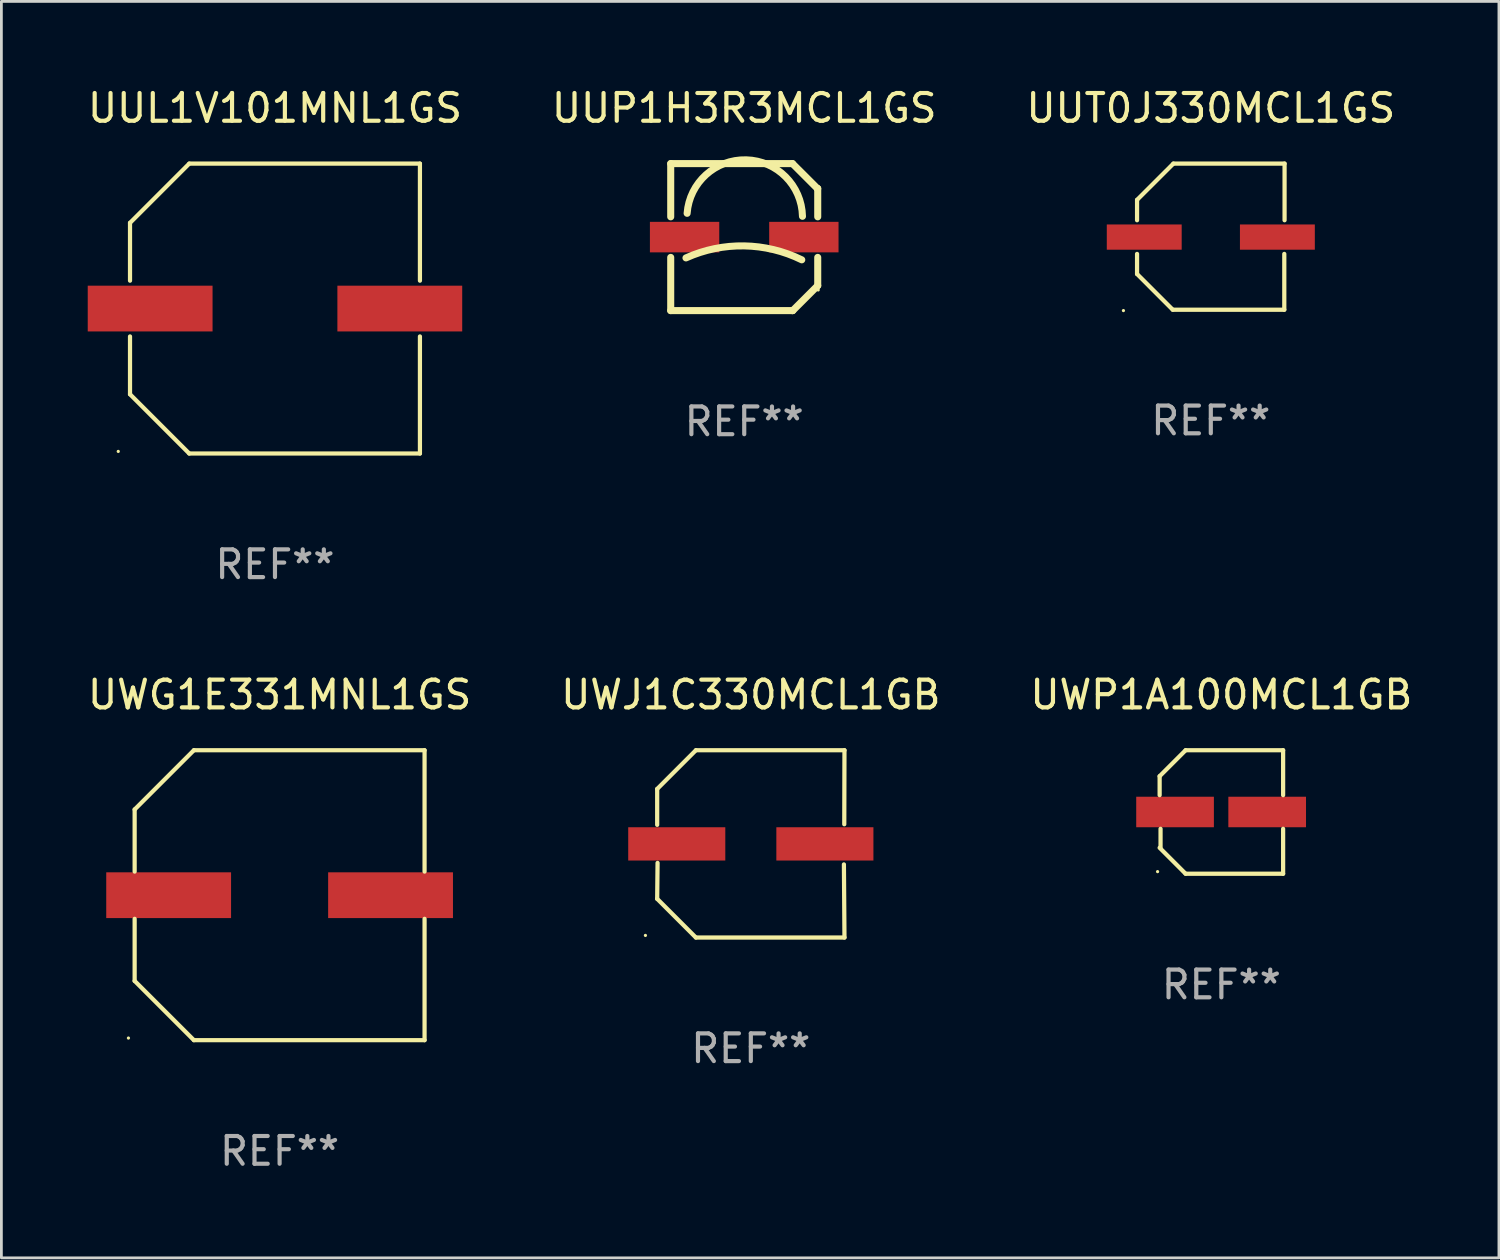
<source format=kicad_pcb>
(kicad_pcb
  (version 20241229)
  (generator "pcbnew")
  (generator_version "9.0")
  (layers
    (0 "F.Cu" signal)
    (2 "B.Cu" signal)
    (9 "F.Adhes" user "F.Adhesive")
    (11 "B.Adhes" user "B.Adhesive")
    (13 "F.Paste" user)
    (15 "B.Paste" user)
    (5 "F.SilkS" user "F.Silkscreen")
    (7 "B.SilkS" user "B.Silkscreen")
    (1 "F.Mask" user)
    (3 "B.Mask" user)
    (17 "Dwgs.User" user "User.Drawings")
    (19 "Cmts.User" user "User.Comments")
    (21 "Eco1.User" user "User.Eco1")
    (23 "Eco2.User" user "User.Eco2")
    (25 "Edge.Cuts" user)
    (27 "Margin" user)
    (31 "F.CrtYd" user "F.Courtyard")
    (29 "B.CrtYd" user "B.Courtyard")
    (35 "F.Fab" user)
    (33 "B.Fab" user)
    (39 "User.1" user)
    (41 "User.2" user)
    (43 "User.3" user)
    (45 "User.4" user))
  (footprint "UWP1A100MCL1GB"
    (layer "F.Cu")
    (at 40.982 26.223)
    (property "Reference" "UWP1A100MCL1GB" (at 0 -4.226 0) (layer "F.SilkS") (effects (font (size 1 1) (thickness 0.15))))
    (attr through_hole)
    (fp_line (start -2.226 -1.29) (end -2.226 -0.607) (stroke (width 0.152) (type solid)) (layer "F.SilkS"))
    (fp_line (start -2.193 1.29) (end -2.193 0.607) (stroke (width 0.152) (type solid)) (layer "F.SilkS"))
    (fp_line (start -1.29 2.226) (end -2.226 1.29) (stroke (width 0.152) (type solid)) (layer "F.SilkS"))
    (fp_line (start -1.29 -2.226) (end -2.226 -1.29) (stroke (width 0.152) (type solid)) (layer "F.SilkS"))
    (fp_line (start 2.226 -2.226) (end -1.29 -2.226) (stroke (width 0.152) (type solid)) (layer "F.SilkS"))
    (fp_line (start 2.226 -0.607) (end 2.226 -2.226) (stroke (width 0.152) (type solid)) (layer "F.SilkS"))
    (fp_line (start 2.226 0.607) (end 2.226 2.226) (stroke (width 0.152) (type solid)) (layer "F.SilkS"))
    (fp_line (start 2.226 2.226) (end -1.29 2.226) (stroke (width 0.152) (type solid)) (layer "F.SilkS"))
    (fp_circle (center -2.3 2.15) (end -2.27 2.15) (stroke (width 0.06) (type solid)) (fill no) (layer "F.SilkS"))
    (fp_text user "REF**" (at 0 6.226 0) (layer "F.Fab") (effects (font (size 1 1) (thickness 0.15))))
    (pad "1" smd rect (at -1.67 -0.000025) (size 2.8 1.1) (layers "F.Cu" "F.Mask" "F.Paste"))
    (pad "2" smd rect (at 1.651 -0.000025) (size 2.8 1.1) (layers "F.Cu" "F.Mask" "F.Paste")))
  (footprint "UUT0J330MCL1GS"
    (layer "F.Cu")
    (at 40.601 5.482)
    (property "Reference" "UUT0J330MCL1GS" (at 0 -4.634 0) (layer "F.SilkS") (effects (font (size 1 1) (thickness 0.15))))
    (attr through_hole)
    (fp_line (start -2.659 -1.326) (end -2.659 -0.592) (stroke (width 0.152) (type solid)) (layer "F.SilkS"))
    (fp_line (start -2.659 1.346) (end -2.659 0.622) (stroke (width 0.152) (type solid)) (layer "F.SilkS"))
    (fp_line (start -1.372 2.634) (end -2.659 1.346) (stroke (width 0.152) (type solid)) (layer "F.SilkS"))
    (fp_line (start -1.349 -2.634) (end -2.659 -1.326) (stroke (width 0.152) (type solid)) (layer "F.SilkS"))
    (fp_line (start 2.649 0.622) (end 2.649 2.634) (stroke (width 0.152) (type solid)) (layer "F.SilkS"))
    (fp_line (start 2.649 2.634) (end -1.372 2.634) (stroke (width 0.152) (type solid)) (layer "F.SilkS"))
    (fp_line (start 2.659 -2.634) (end -1.349 -2.634) (stroke (width 0.152) (type solid)) (layer "F.SilkS"))
    (fp_line (start 2.659 -0.592) (end 2.659 -2.634) (stroke (width 0.152) (type solid)) (layer "F.SilkS"))
    (fp_circle (center -3.15 2.665) (end -3.12 2.665) (stroke (width 0.06) (type solid)) (fill no) (layer "F.SilkS"))
    (fp_text user "REF**" (at 0 6.634 0) (layer "F.Fab") (effects (font (size 1 1) (thickness 0.15))))
    (pad "1" smd rect (at -2.4 0.015) (size 2.7 0.91) (layers "F.Cu" "F.Mask" "F.Paste"))
    (pad "2" smd rect (at 2.4 0.015) (size 2.7 0.91) (layers "F.Cu" "F.Mask" "F.Paste")))
  (footprint "UUL1V101MNL1GS"
    (layer "F.Cu")
    (at 6.863 8.074)
    (property "Reference" "UUL1V101MNL1GS" (at 0 -7.226 0) (layer "F.SilkS") (effects (font (size 1 1) (thickness 0.15))))
    (attr through_hole)
    (fp_line (start -5.226 -3.09) (end -5.226 -1.005) (stroke (width 0.152) (type solid)) (layer "F.SilkS"))
    (fp_line (start -5.226 1.005) (end -5.226 3.09) (stroke (width 0.152) (type solid)) (layer "F.SilkS"))
    (fp_line (start -3.09 -5.226) (end -5.226 -3.09) (stroke (width 0.152) (type solid)) (layer "F.SilkS"))
    (fp_line (start -3.09 5.226) (end -5.226 3.09) (stroke (width 0.152) (type solid)) (layer "F.SilkS"))
    (fp_line (start 5.226 -5.226) (end -3.09 -5.226) (stroke (width 0.152) (type solid)) (layer "F.SilkS"))
    (fp_line (start 5.226 -1.005) (end 5.226 -5.226) (stroke (width 0.152) (type solid)) (layer "F.SilkS"))
    (fp_line (start 5.226 5.226) (end -3.09 5.226) (stroke (width 0.152) (type solid)) (layer "F.SilkS"))
    (fp_line (start 5.226 5.226) (end 5.226 1.005) (stroke (width 0.152) (type solid)) (layer "F.SilkS"))
    (fp_circle (center -5.65 5.15) (end -5.62 5.15) (stroke (width 0.06) (type solid)) (fill no) (layer "F.SilkS"))
    (fp_text user "REF**" (at 0 9.226 0) (layer "F.Fab") (effects (font (size 1 1) (thickness 0.15))))
    (pad "1" smd rect (at -4.5 0) (size 4.5 1.65) (layers "F.Cu" "F.Mask" "F.Paste"))
    (pad "2" smd rect (at 4.5 0) (size 4.5 1.65) (layers "F.Cu" "F.Mask" "F.Paste")))
  (footprint "UWG1E331MNL1GS"
    (layer "F.Cu")
    (at 7.03 29.223)
    (property "Reference" "UWG1E331MNL1GS" (at 0 -7.226 0) (layer "F.SilkS") (effects (font (size 1 1) (thickness 0.15))))
    (attr through_hole)
    (fp_line (start -5.226 -3.09) (end -5.226 -0.852) (stroke (width 0.152) (type solid)) (layer "F.SilkS"))
    (fp_line (start -5.226 3.09) (end -5.226 0.852) (stroke (width 0.152) (type solid)) (layer "F.SilkS"))
    (fp_line (start -3.09 -5.226) (end -5.226 -3.09) (stroke (width 0.152) (type solid)) (layer "F.SilkS"))
    (fp_line (start -3.09 5.226) (end -5.226 3.09) (stroke (width 0.152) (type solid)) (layer "F.SilkS"))
    (fp_line (start 5.226 -5.226) (end -3.09 -5.226) (stroke (width 0.152) (type solid)) (layer "F.SilkS"))
    (fp_line (start 5.226 -0.852) (end 5.226 -5.226) (stroke (width 0.152) (type solid)) (layer "F.SilkS"))
    (fp_line (start 5.226 0.852) (end 5.226 5.226) (stroke (width 0.152) (type solid)) (layer "F.SilkS"))
    (fp_line (start 5.226 5.226) (end -3.09 5.226) (stroke (width 0.152) (type solid)) (layer "F.SilkS"))
    (fp_circle (center -5.45 5.15) (end -5.42 5.15) (stroke (width 0.06) (type solid)) (fill no) (layer "F.SilkS"))
    (fp_text user "REF**" (at 0 9.226 0) (layer "F.Fab") (effects (font (size 1 1) (thickness 0.15))))
    (pad "1" smd rect (at -4 -0.000025) (size 4.5 1.65) (layers "F.Cu" "F.Mask" "F.Paste"))
    (pad "2" smd rect (at 4 -0.000025) (size 4.5 1.65) (layers "F.Cu" "F.Mask" "F.Paste")))
  (footprint "UWJ1C330MCL1GB"
    (layer "F.Cu")
    (at 24.018 27.373)
    (property "Reference" "UWJ1C330MCL1GB" (at 0 -5.376 0) (layer "F.SilkS") (effects (font (size 1 1) (thickness 0.15))))
    (attr through_hole)
    (fp_line (start -3.376 -1.98) (end -3.376 -0.686) (stroke (width 0.152) (type solid)) (layer "F.SilkS"))
    (fp_line (start -3.376 1.981) (end -3.362 0.686) (stroke (width 0.152) (type solid)) (layer "F.SilkS"))
    (fp_line (start -1.981 3.376) (end -3.376 1.981) (stroke (width 0.152) (type solid)) (layer "F.SilkS"))
    (fp_line (start -1.98 -3.376) (end -3.376 -1.98) (stroke (width 0.152) (type solid)) (layer "F.SilkS"))
    (fp_line (start 3.356 0.74) (end 3.376 3.376) (stroke (width 0.152) (type solid)) (layer "F.SilkS"))
    (fp_line (start 3.369 -0.707) (end 3.376 -3.376) (stroke (width 0.152) (type solid)) (layer "F.SilkS"))
    (fp_line (start 3.376 3.376) (end -1.981 3.376) (stroke (width 0.152) (type solid)) (layer "F.SilkS"))
    (fp_line (start 3.376 -3.376) (end -1.98 -3.376) (stroke (width 0.152) (type solid)) (layer "F.SilkS"))
    (fp_circle (center -3.8 3.3) (end -3.77 3.3) (stroke (width 0.06) (type solid)) (fill no) (layer "F.SilkS"))
    (fp_text user "REF**" (at 0 7.376 0) (layer "F.Fab") (effects (font (size 1 1) (thickness 0.15))))
    (pad "1" smd rect (at -2.67 0.000203) (size 3.5 1.2) (layers "F.Cu" "F.Mask" "F.Paste"))
    (pad "2" smd rect (at 2.67 0.000203) (size 3.5 1.2) (layers "F.Cu" "F.Mask" "F.Paste")))
  (footprint "UUP1H3R3MCL1GS"
    (layer "F.Cu")
    (at 23.78 5.498)
    (property "Reference" "UUP1H3R3MCL1GS" (at 0 -4.65 0) (layer "F.SilkS") (effects (font (size 1 1) (thickness 0.15))))
    (attr through_hole)
    (fp_line (start -2.65 -2.65) (end 1.74 -2.65) (stroke (width 0.254) (type solid)) (layer "F.SilkS"))
    (fp_line (start -2.65 -0.731) (end -2.65 -2.65) (stroke (width 0.254) (type solid)) (layer "F.SilkS"))
    (fp_line (start -2.65 2.65) (end -2.65 0.731) (stroke (width 0.254) (type solid)) (layer "F.SilkS"))
    (fp_line (start -2.65 2.65) (end 1.73 2.65) (stroke (width 0.254) (type solid)) (layer "F.SilkS"))
    (fp_line (start 1.73 2.65) (end 1.75 2.65) (stroke (width 0.254) (type solid)) (layer "F.SilkS"))
    (fp_line (start 1.75 2.65) (end 2.65 1.75) (stroke (width 0.254) (type solid)) (layer "F.SilkS"))
    (fp_line (start 2.64 -1.75) (end 1.74 -2.65) (stroke (width 0.254) (type solid)) (layer "F.SilkS"))
    (fp_line (start 2.65 -1.75) (end 2.64 -1.75) (stroke (width 0.254) (type solid)) (layer "F.SilkS"))
    (fp_line (start 2.65 -0.731) (end 2.65 -1.75) (stroke (width 0.254) (type solid)) (layer "F.SilkS"))
    (fp_line (start 2.65 1.75) (end 2.65 0.731) (stroke (width 0.254) (type solid)) (layer "F.SilkS"))
    (fp_arc (start -2.1 0.749886) (mid -0.005214 0.316693) (end 2.074168 0.818644) (stroke (width 0.254001) (type solid)) (layer "F.SilkS"))
    (fp_arc (start -2.058369 -0.857759) (mid 0.072137 -2.78601) (end 2.1 -0.750089) (stroke (width 0.254001) (type solid)) (layer "F.SilkS"))
    (fp_circle (center 2.667 1.905) (end 2.697 1.905) (stroke (width 0.06) (type solid)) (fill no) (layer "F.SilkS"))
    (fp_text user "REF**" (at 0 6.65 0) (layer "F.Fab") (effects (font (size 1 1) (thickness 0.15))))
    (pad "1" smd rect (at 2.15 0) (size 2.5 1.1) (layers "F.Cu" "F.Mask" "F.Paste"))
    (pad "2" smd rect (at -2.15 0) (size 2.5 1.1) (layers "F.Cu" "F.Mask" "F.Paste")))
  (gr_rect
    (start -3 -3)
    (end 50.988 42.298)
    (stroke (width 0.1) (type default))
    (fill no)
    (layer "Edge.Cuts")))
</source>
